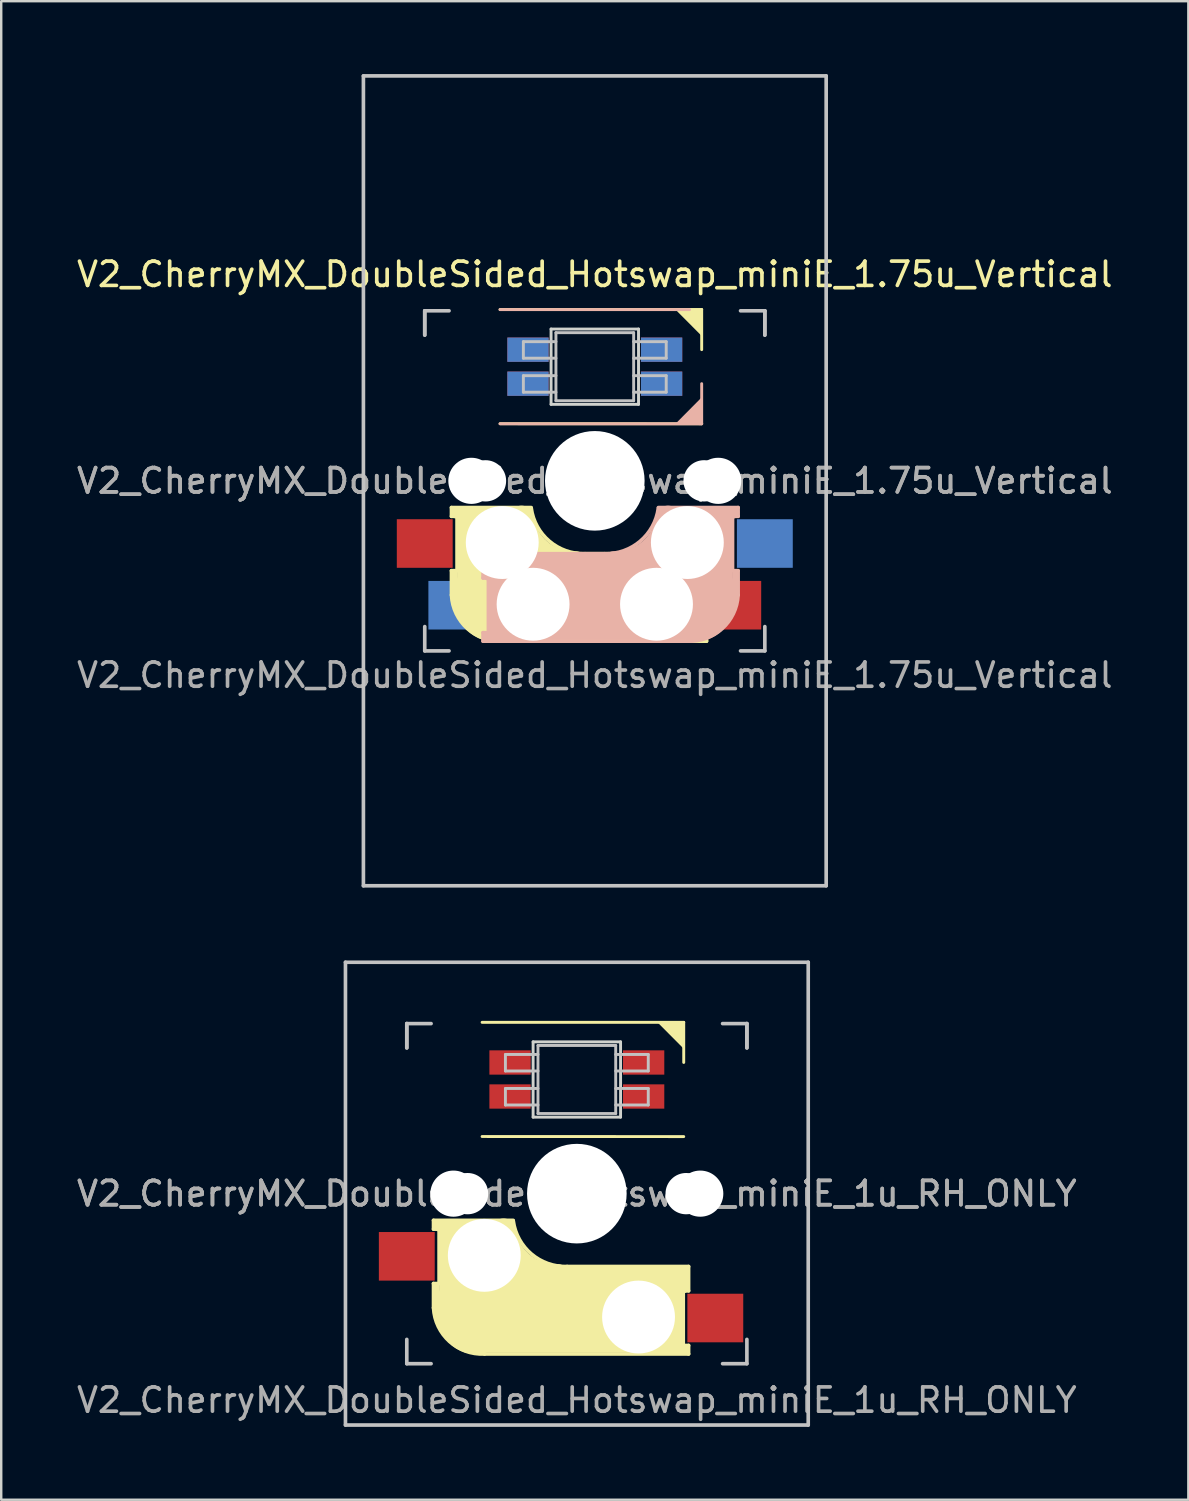
<source format=kicad_pcb>
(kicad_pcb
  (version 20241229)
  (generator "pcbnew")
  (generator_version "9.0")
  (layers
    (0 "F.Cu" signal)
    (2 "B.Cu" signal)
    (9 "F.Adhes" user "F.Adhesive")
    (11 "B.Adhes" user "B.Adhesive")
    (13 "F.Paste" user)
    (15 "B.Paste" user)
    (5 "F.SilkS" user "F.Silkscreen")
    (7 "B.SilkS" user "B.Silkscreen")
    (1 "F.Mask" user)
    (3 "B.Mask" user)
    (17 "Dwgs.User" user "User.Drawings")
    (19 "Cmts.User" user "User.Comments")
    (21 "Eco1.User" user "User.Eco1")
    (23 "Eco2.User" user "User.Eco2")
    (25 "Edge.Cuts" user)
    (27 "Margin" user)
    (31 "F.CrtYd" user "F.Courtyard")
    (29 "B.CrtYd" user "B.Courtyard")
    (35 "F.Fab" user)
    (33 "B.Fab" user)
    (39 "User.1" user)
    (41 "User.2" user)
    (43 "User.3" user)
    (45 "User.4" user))
  (footprint "V2_CherryMX_DoubleSided_Hotswap_miniE_1.75u_Vertical"
    (layer "F.Cu")
    (at 21.435 16.744)
    (property "Reference" "V2_CherryMX_DoubleSided_Hotswap_miniE_1.75u_Vertical" (at 0 -8.5 180) (layer "F.SilkS") (effects (font (size 1 1) (thickness 0.15))))
    (attr through_hole)
    (fp_line (start -5.9 1.1) (end -5.9 1.46) (stroke (width 0.15) (type solid)) (layer "F.SilkS"))
    (fp_line (start -5.9 1.1) (end -2.62 1.1) (stroke (width 0.15) (type solid)) (layer "F.SilkS"))
    (fp_line (start -5.9 3.7) (end -5.7 3.7) (stroke (width 0.15) (type solid)) (layer "F.SilkS"))
    (fp_line (start -5.9 4.7) (end -5.9 3.7) (stroke (width 0.15) (type solid)) (layer "F.SilkS"))
    (fp_line (start -5.8 3.8) (end -5.8 4.7) (stroke (width 0.3) (type solid)) (layer "F.SilkS"))
    (fp_line (start -5.7 1.3) (end -3 1.3) (stroke (width 0.5) (type solid)) (layer "F.SilkS"))
    (fp_line (start -5.7 1.46) (end -5.9 1.46) (stroke (width 0.15) (type solid)) (layer "F.SilkS"))
    (fp_line (start -5.67 3.7) (end -5.67 1.46) (stroke (width 0.15) (type solid)) (layer "F.SilkS"))
    (fp_line (start -5.3 1.6) (end -5.3 3.4) (stroke (width 0.8) (type solid)) (layer "F.SilkS"))
    (fp_line (start -4.17 5.1) (end -4.17 2.86) (stroke (width 3) (type solid)) (layer "F.SilkS"))
    (fp_line (start -3.9 -7.052) (end 4.4 -7.052) (stroke (width 0.12) (type solid)) (layer "F.SilkS"))
    (fp_line (start -0.4 3) (end 4.6 3) (stroke (width 0.15) (type solid)) (layer "F.SilkS"))
    (fp_line (start 2.6 4.8) (end -4.1 4.8) (stroke (width 3.5) (type solid)) (layer "F.SilkS"))
    (fp_line (start 3.9 6) (end 3.9 3.5) (stroke (width 1) (type solid)) (layer "F.SilkS"))
    (fp_line (start 4.3 3.3) (end 2.9 3.3) (stroke (width 0.5) (type solid)) (layer "F.SilkS"))
    (fp_line (start 4.38 4) (end 4.38 6.25) (stroke (width 0.15) (type solid)) (layer "F.SilkS"))
    (fp_line (start 4.4 -7.052) (end 4.4 -5.401) (stroke (width 0.12) (type solid)) (layer "F.SilkS"))
    (fp_line (start 4.4 -2.349) (end -3.9 -2.352) (stroke (width 0.12) (type solid)) (layer "F.SilkS"))
    (fp_line (start 4.4 3.9) (end 4.4 3.2) (stroke (width 0.4) (type solid)) (layer "F.SilkS"))
    (fp_line (start 4.4 6.25) (end 4.6 6.25) (stroke (width 0.15) (type solid)) (layer "F.SilkS"))
    (fp_line (start 4.4 6.4) (end 3 6.4) (stroke (width 0.4) (type solid)) (layer "F.SilkS"))
    (fp_line (start 4.6 3) (end 4.6 4) (stroke (width 0.15) (type solid)) (layer "F.SilkS"))
    (fp_line (start 4.6 4) (end 4.4 4) (stroke (width 0.15) (type solid)) (layer "F.SilkS"))
    (fp_line (start 4.6 6.25) (end 4.6 6.6) (stroke (width 0.15) (type solid)) (layer "F.SilkS"))
    (fp_line (start 4.6 6.6) (end -3.8 6.6) (stroke (width 0.15) (type solid)) (layer "F.SilkS"))
    (fp_arc (start -3.8 6.600001) (mid -5.243504 6.084925) (end -5.900001 4.7) (stroke (width 0.15) (type solid)) (layer "F.SilkS"))
    (fp_arc (start -0.8 3.4) (mid -2.268709 2.886118) (end -3.016318 1.521471) (stroke (width 1) (type solid)) (layer "F.SilkS"))
    (fp_arc (start -0.4 3) (mid -1.868709 2.486118) (end -2.616318 1.121471) (stroke (width 0.15) (type solid)) (layer "F.SilkS"))
    (fp_poly (pts (xy 3.392 -7.049) (xy 4.4 -7.052) (xy 4.4 -6.036)) (stroke (width 0.1) (type solid)) (fill yes) (layer "F.SilkS"))
    (fp_line (start -4.6 3) (end -4.6 4) (stroke (width 0.15) (type solid)) (layer "B.SilkS"))
    (fp_line (start -4.6 4) (end -4.4 4) (stroke (width 0.15) (type solid)) (layer "B.SilkS"))
    (fp_line (start -4.6 6.25) (end -4.6 6.6) (stroke (width 0.15) (type solid)) (layer "B.SilkS"))
    (fp_line (start -4.6 6.6) (end 3.8 6.6) (stroke (width 0.15) (type solid)) (layer "B.SilkS"))
    (fp_line (start -4.4 3.9) (end -4.4 3.2) (stroke (width 0.4) (type solid)) (layer "B.SilkS"))
    (fp_line (start -4.4 6.25) (end -4.6 6.25) (stroke (width 0.15) (type solid)) (layer "B.SilkS"))
    (fp_line (start -4.4 6.4) (end -3 6.4) (stroke (width 0.4) (type solid)) (layer "B.SilkS"))
    (fp_line (start -4.38 4) (end -4.38 6.25) (stroke (width 0.15) (type solid)) (layer "B.SilkS"))
    (fp_line (start -4.3 3.3) (end -2.9 3.3) (stroke (width 0.5) (type solid)) (layer "B.SilkS"))
    (fp_line (start -3.9 -2.349) (end 4.4 -2.349) (stroke (width 0.12) (type solid)) (layer "B.SilkS"))
    (fp_line (start -3.9 6) (end -3.9 3.5) (stroke (width 1) (type solid)) (layer "B.SilkS"))
    (fp_line (start -2.6 4.8) (end 4.1 4.8) (stroke (width 3.5) (type solid)) (layer "B.SilkS"))
    (fp_line (start 0.4 3) (end -4.6 3) (stroke (width 0.15) (type solid)) (layer "B.SilkS"))
    (fp_line (start 3.9 -7.049) (end -3.9 -7.049) (stroke (width 0.12) (type solid)) (layer "B.SilkS"))
    (fp_line (start 4.17 5.1) (end 4.17 2.86) (stroke (width 3) (type solid)) (layer "B.SilkS"))
    (fp_line (start 4.4 -2.349) (end 4.4 -4) (stroke (width 0.12) (type solid)) (layer "B.SilkS"))
    (fp_line (start 5.3 1.6) (end 5.3 3.4) (stroke (width 0.8) (type solid)) (layer "B.SilkS"))
    (fp_line (start 5.67 3.7) (end 5.67 1.46) (stroke (width 0.15) (type solid)) (layer "B.SilkS"))
    (fp_line (start 5.7 1.3) (end 3 1.3) (stroke (width 0.5) (type solid)) (layer "B.SilkS"))
    (fp_line (start 5.7 1.46) (end 5.9 1.46) (stroke (width 0.15) (type solid)) (layer "B.SilkS"))
    (fp_line (start 5.8 3.8) (end 5.8 4.7) (stroke (width 0.3) (type solid)) (layer "B.SilkS"))
    (fp_line (start 5.9 1.1) (end 2.62 1.1) (stroke (width 0.15) (type solid)) (layer "B.SilkS"))
    (fp_line (start 5.9 1.1) (end 5.9 1.46) (stroke (width 0.15) (type solid)) (layer "B.SilkS"))
    (fp_line (start 5.9 3.7) (end 5.7 3.7) (stroke (width 0.15) (type solid)) (layer "B.SilkS"))
    (fp_line (start 5.9 4.7) (end 5.9 3.7) (stroke (width 0.15) (type solid)) (layer "B.SilkS"))
    (fp_arc (start 2.616318 1.121471) (mid 1.868709 2.486118) (end 0.4 3) (stroke (width 0.15) (type solid)) (layer "B.SilkS"))
    (fp_arc (start 3.016318 1.521471) (mid 2.268709 2.886118) (end 0.8 3.4) (stroke (width 1) (type solid)) (layer "B.SilkS"))
    (fp_arc (start 5.9 4.699999) (mid 5.243504 6.084924) (end 3.800001 6.6) (stroke (width 0.15) (type solid)) (layer "B.SilkS"))
    (fp_poly (pts (xy 4.4 -3.365) (xy 4.4 -2.349) (xy 3.392 -2.349)) (stroke (width 0.1) (type solid)) (fill yes) (layer "B.SilkS"))
    (fp_line (start -9.525 -16.669) (end 9.525 -16.669) (stroke (width 0.15) (type solid)) (layer "Dwgs.User"))
    (fp_line (start -9.525 16.669) (end -9.525 -16.669) (stroke (width 0.15) (type solid)) (layer "Dwgs.User"))
    (fp_line (start -7 -7) (end -7 -6) (stroke (width 0.15) (type solid)) (layer "Dwgs.User"))
    (fp_line (start -7 -7) (end -6 -7) (stroke (width 0.15) (type solid)) (layer "Dwgs.User"))
    (fp_line (start -7 -6) (end -7 -7) (stroke (width 0.15) (type solid)) (layer "Dwgs.User"))
    (fp_line (start -7 7) (end -7 6) (stroke (width 0.15) (type solid)) (layer "Dwgs.User"))
    (fp_line (start -7 7) (end -6 7) (stroke (width 0.15) (type solid)) (layer "Dwgs.User"))
    (fp_line (start -2.94 -5.729) (end -2.94 -5.049) (stroke (width 0.12) (type solid)) (layer "Dwgs.User"))
    (fp_line (start -2.94 -5.049) (end -1.6 -5.049) (stroke (width 0.12) (type solid)) (layer "Dwgs.User"))
    (fp_line (start -2.94 -4.329) (end -2.94 -3.649) (stroke (width 0.12) (type solid)) (layer "Dwgs.User"))
    (fp_line (start -2.94 -3.649) (end -1.6 -3.649) (stroke (width 0.12) (type solid)) (layer "Dwgs.User"))
    (fp_line (start -1.6 -5.729) (end -2.94 -5.729) (stroke (width 0.12) (type solid)) (layer "Dwgs.User"))
    (fp_line (start -1.6 -4.329) (end -2.94 -4.329) (stroke (width 0.12) (type solid)) (layer "Dwgs.User"))
    (fp_line (start -1.6 -3.299) (end -1.6 -6.099) (stroke (width 0.12) (type solid)) (layer "Dwgs.User"))
    (fp_line (start 1.6 -6.099) (end -1.6 -6.099) (stroke (width 0.12) (type solid)) (layer "Dwgs.User"))
    (fp_line (start 1.6 -5.049) (end 2.94 -5.049) (stroke (width 0.12) (type solid)) (layer "Dwgs.User"))
    (fp_line (start 1.6 -3.649) (end 2.94 -3.649) (stroke (width 0.12) (type solid)) (layer "Dwgs.User"))
    (fp_line (start 1.6 -3.299) (end -1.6 -3.299) (stroke (width 0.12) (type solid)) (layer "Dwgs.User"))
    (fp_line (start 1.6 -3.299) (end 1.6 -6.099) (stroke (width 0.12) (type solid)) (layer "Dwgs.User"))
    (fp_line (start 2.94 -5.729) (end 1.6 -5.729) (stroke (width 0.12) (type solid)) (layer "Dwgs.User"))
    (fp_line (start 2.94 -5.049) (end 2.94 -5.729) (stroke (width 0.12) (type solid)) (layer "Dwgs.User"))
    (fp_line (start 2.94 -4.329) (end 1.6 -4.329) (stroke (width 0.12) (type solid)) (layer "Dwgs.User"))
    (fp_line (start 2.94 -3.649) (end 2.94 -4.329) (stroke (width 0.12) (type solid)) (layer "Dwgs.User"))
    (fp_line (start 7 -7) (end 6 -7) (stroke (width 0.15) (type solid)) (layer "Dwgs.User"))
    (fp_line (start 7 -6) (end 7 -7) (stroke (width 0.15) (type solid)) (layer "Dwgs.User"))
    (fp_line (start 7 -6) (end 7 -7) (stroke (width 0.15) (type solid)) (layer "Dwgs.User"))
    (fp_line (start 7 6) (end 7 7) (stroke (width 0.15) (type solid)) (layer "Dwgs.User"))
    (fp_line (start 7 7) (end 6 7) (stroke (width 0.15) (type solid)) (layer "Dwgs.User"))
    (fp_line (start 9.525 -16.669) (end 9.525 16.669) (stroke (width 0.15) (type solid)) (layer "Dwgs.User"))
    (fp_line (start 9.525 16.669) (end -9.525 16.669) (stroke (width 0.15) (type solid)) (layer "Dwgs.User"))
    (fp_line (start -1.8 -6.249) (end -1.8 -3.149) (stroke (width 0.12) (type solid)) (layer "Edge.Cuts"))
    (fp_line (start -1.8 -3.149) (end 1.8 -3.149) (stroke (width 0.12) (type solid)) (layer "Edge.Cuts"))
    (fp_line (start 1.8 -6.249) (end -1.8 -6.249) (stroke (width 0.12) (type solid)) (layer "Edge.Cuts"))
    (fp_line (start 1.8 -3.149) (end 1.8 -6.249) (stroke (width 0.12) (type solid)) (layer "Edge.Cuts"))
    (fp_text user "${REFERENCE}" (at 0 0 180) (layer "F.Fab") (effects (font (size 1 1) (thickness 0.15))))
    (fp_text user "${REFERENCE}" (at 0 8 180) (layer "F.Fab") (effects (font (size 1 1) (thickness 0.15))))
    (fp_text user "${REFERENCE}" (at 0 0 180) (layer "F.Fab") (effects (font (size 1 1) (thickness 0.15))))
    (pad "" np_thru_hole circle (at -5.08 0 180) (size 1.9 1.9) (drill 1.9) (layers "*.Cu" "*.Mask"))
    (pad "" np_thru_hole circle (at -4.5 0 180) (size 1.7 1.7) (drill 1.7) (layers "*.Cu" "*.Mask"))
    (pad "" np_thru_hole circle (at -3.81 2.54) (size 3 3) (drill 3) (layers "*.Cu" "*.Mask"))
    (pad "" np_thru_hole circle (at -2.54 5.08) (size 3 3) (drill 3) (layers "*.Cu" "*.Mask"))
    (pad "" np_thru_hole circle (at 0 0 270) (size 4.1 4.1) (drill 4.1) (layers "*.Cu" "*.Mask"))
    (pad "" np_thru_hole circle (at 2.54 5.08) (size 3 3) (drill 3) (layers "*.Cu" "*.Mask"))
    (pad "" np_thru_hole circle (at 3.81 2.54) (size 3 3) (drill 3) (layers "*.Cu" "*.Mask"))
    (pad "" np_thru_hole circle (at 4.5 0 180) (size 1.7 1.7) (drill 1.7) (layers "*.Cu" "*.Mask"))
    (pad "" np_thru_hole circle (at 5.08 0 180) (size 1.9 1.9) (drill 1.9) (layers "*.Cu" "*.Mask"))
    (pad "1" smd rect (at -2.75 -5.399 180) (size 1.7 1) (layers "B.Cu" "B.Mask" "B.Paste"))
    (pad "1" smd rect (at -2.75 -3.999 180) (size 1.7 1) (layers "F.Cu" "F.Mask" "F.Paste"))
    (pad "2" smd rect (at -2.75 -5.399 180) (size 1.7 1) (layers "F.Cu" "F.Mask" "F.Paste"))
    (pad "2" smd rect (at -2.75 -3.999 180) (size 1.7 1) (layers "B.Cu" "B.Mask" "B.Paste"))
    (pad "3" smd rect (at 2.75 -5.399 180) (size 1.7 1) (layers "F.Cu" "F.Mask" "F.Paste"))
    (pad "3" smd rect (at 2.75 -3.999 180) (size 1.7 1) (layers "B.Cu" "B.Mask" "B.Paste"))
    (pad "4" smd rect (at 2.75 -5.399 180) (size 1.7 1) (layers "B.Cu" "B.Mask" "B.Paste"))
    (pad "4" smd rect (at 2.75 -3.999 180) (size 1.7 1) (layers "F.Cu" "F.Mask" "F.Paste"))
    (pad "5" smd rect (at -5.7 5.12) (size 2.3 2) (layers "B.Cu" "B.Mask" "B.Paste"))
    (pad "5" smd rect (at 5.7 5.12) (size 2.3 2) (layers "F.Cu" "F.Mask" "F.Paste"))
    (pad "6" smd rect (at -7 2.58) (size 2.3 2) (layers "F.Cu" "F.Mask" "F.Paste"))
    (pad "6" smd rect (at 7 2.58) (size 2.3 2) (layers "B.Cu" "B.Mask" "B.Paste")))
  (footprint "V2_CherryMX_DoubleSided_Hotswap_miniE_1u_RH_ONLY"
    (layer "F.Cu")
    (at 20.696 46.087)
    (property "Reference" "V2_CherryMX_DoubleSided_Hotswap_miniE_1u_RH_ONLY" (at 0 8.5 0) (layer "F.Fab") (effects (font (size 1 1) (thickness 0.15))))
    (attr through_hole)
    (fp_line (start -5.9 1.1) (end -5.9 1.46) (stroke (width 0.15) (type solid)) (layer "F.SilkS"))
    (fp_line (start -5.9 1.1) (end -2.62 1.1) (stroke (width 0.15) (type solid)) (layer "F.SilkS"))
    (fp_line (start -5.9 3.7) (end -5.7 3.7) (stroke (width 0.15) (type solid)) (layer "F.SilkS"))
    (fp_line (start -5.9 4.7) (end -5.9 3.7) (stroke (width 0.15) (type solid)) (layer "F.SilkS"))
    (fp_line (start -5.8 3.8) (end -5.8 4.7) (stroke (width 0.3) (type solid)) (layer "F.SilkS"))
    (fp_line (start -5.7 1.3) (end -3 1.3) (stroke (width 0.5) (type solid)) (layer "F.SilkS"))
    (fp_line (start -5.7 1.46) (end -5.9 1.46) (stroke (width 0.15) (type solid)) (layer "F.SilkS"))
    (fp_line (start -5.67 3.7) (end -5.67 1.46) (stroke (width 0.15) (type solid)) (layer "F.SilkS"))
    (fp_line (start -5.3 1.6) (end -5.3 3.4) (stroke (width 0.8) (type solid)) (layer "F.SilkS"))
    (fp_line (start -4.17 5.1) (end -4.17 2.86) (stroke (width 3) (type solid)) (layer "F.SilkS"))
    (fp_line (start -3.9 -7.052) (end 4.4 -7.052) (stroke (width 0.12) (type solid)) (layer "F.SilkS"))
    (fp_line (start -0.4 3) (end 4.6 3) (stroke (width 0.15) (type solid)) (layer "F.SilkS"))
    (fp_line (start 2.6 4.8) (end -4.1 4.8) (stroke (width 3.5) (type solid)) (layer "F.SilkS"))
    (fp_line (start 3.9 6) (end 3.9 3.5) (stroke (width 1) (type solid)) (layer "F.SilkS"))
    (fp_line (start 4.3 3.3) (end 2.9 3.3) (stroke (width 0.5) (type solid)) (layer "F.SilkS"))
    (fp_line (start 4.38 4) (end 4.38 6.25) (stroke (width 0.15) (type solid)) (layer "F.SilkS"))
    (fp_line (start 4.4 -7.052) (end 4.4 -5.401) (stroke (width 0.12) (type solid)) (layer "F.SilkS"))
    (fp_line (start 4.4 -2.349) (end -3.9 -2.352) (stroke (width 0.12) (type solid)) (layer "F.SilkS"))
    (fp_line (start 4.4 3.9) (end 4.4 3.2) (stroke (width 0.4) (type solid)) (layer "F.SilkS"))
    (fp_line (start 4.4 6.25) (end 4.6 6.25) (stroke (width 0.15) (type solid)) (layer "F.SilkS"))
    (fp_line (start 4.4 6.4) (end 3 6.4) (stroke (width 0.4) (type solid)) (layer "F.SilkS"))
    (fp_line (start 4.6 3) (end 4.6 4) (stroke (width 0.15) (type solid)) (layer "F.SilkS"))
    (fp_line (start 4.6 4) (end 4.4 4) (stroke (width 0.15) (type solid)) (layer "F.SilkS"))
    (fp_line (start 4.6 6.25) (end 4.6 6.6) (stroke (width 0.15) (type solid)) (layer "F.SilkS"))
    (fp_line (start 4.6 6.6) (end -3.8 6.6) (stroke (width 0.15) (type solid)) (layer "F.SilkS"))
    (fp_arc (start -3.8 6.600001) (mid -5.243504 6.084925) (end -5.900001 4.7) (stroke (width 0.15) (type solid)) (layer "F.SilkS"))
    (fp_arc (start -0.8 3.4) (mid -2.268709 2.886118) (end -3.016318 1.521471) (stroke (width 1) (type solid)) (layer "F.SilkS"))
    (fp_arc (start -0.4 3) (mid -1.868709 2.486118) (end -2.616318 1.121471) (stroke (width 0.15) (type solid)) (layer "F.SilkS"))
    (fp_poly (pts (xy 3.392 -7.049) (xy 4.4 -7.052) (xy 4.4 -6.036)) (stroke (width 0.1) (type solid)) (fill yes) (layer "F.SilkS"))
    (fp_line (start -4.3 3.3) (end -2.9 3.3) (stroke (width 0.5) (type solid)) (layer "B.SilkS"))
    (fp_line (start -9.525 -9.525) (end 9.525 -9.525) (stroke (width 0.15) (type solid)) (layer "Dwgs.User"))
    (fp_line (start -9.525 9.525) (end -9.525 -9.525) (stroke (width 0.15) (type solid)) (layer "Dwgs.User"))
    (fp_line (start -7 -7) (end -7 -6) (stroke (width 0.15) (type solid)) (layer "Dwgs.User"))
    (fp_line (start -7 -7) (end -6 -7) (stroke (width 0.15) (type solid)) (layer "Dwgs.User"))
    (fp_line (start -7 -6) (end -7 -7) (stroke (width 0.15) (type solid)) (layer "Dwgs.User"))
    (fp_line (start -7 7) (end -7 6) (stroke (width 0.15) (type solid)) (layer "Dwgs.User"))
    (fp_line (start -7 7) (end -6 7) (stroke (width 0.15) (type solid)) (layer "Dwgs.User"))
    (fp_line (start -2.94 -5.729) (end -2.94 -5.049) (stroke (width 0.12) (type solid)) (layer "Dwgs.User"))
    (fp_line (start -2.94 -5.049) (end -1.6 -5.049) (stroke (width 0.12) (type solid)) (layer "Dwgs.User"))
    (fp_line (start -2.94 -4.329) (end -2.94 -3.649) (stroke (width 0.12) (type solid)) (layer "Dwgs.User"))
    (fp_line (start -2.94 -3.649) (end -1.6 -3.649) (stroke (width 0.12) (type solid)) (layer "Dwgs.User"))
    (fp_line (start -1.6 -5.729) (end -2.94 -5.729) (stroke (width 0.12) (type solid)) (layer "Dwgs.User"))
    (fp_line (start -1.6 -4.329) (end -2.94 -4.329) (stroke (width 0.12) (type solid)) (layer "Dwgs.User"))
    (fp_line (start -1.6 -3.299) (end -1.6 -6.099) (stroke (width 0.12) (type solid)) (layer "Dwgs.User"))
    (fp_line (start 1.6 -6.099) (end -1.6 -6.099) (stroke (width 0.12) (type solid)) (layer "Dwgs.User"))
    (fp_line (start 1.6 -5.049) (end 2.94 -5.049) (stroke (width 0.12) (type solid)) (layer "Dwgs.User"))
    (fp_line (start 1.6 -3.649) (end 2.94 -3.649) (stroke (width 0.12) (type solid)) (layer "Dwgs.User"))
    (fp_line (start 1.6 -3.299) (end -1.6 -3.299) (stroke (width 0.12) (type solid)) (layer "Dwgs.User"))
    (fp_line (start 1.6 -3.299) (end 1.6 -6.099) (stroke (width 0.12) (type solid)) (layer "Dwgs.User"))
    (fp_line (start 2.94 -5.729) (end 1.6 -5.729) (stroke (width 0.12) (type solid)) (layer "Dwgs.User"))
    (fp_line (start 2.94 -5.049) (end 2.94 -5.729) (stroke (width 0.12) (type solid)) (layer "Dwgs.User"))
    (fp_line (start 2.94 -4.329) (end 1.6 -4.329) (stroke (width 0.12) (type solid)) (layer "Dwgs.User"))
    (fp_line (start 2.94 -3.649) (end 2.94 -4.329) (stroke (width 0.12) (type solid)) (layer "Dwgs.User"))
    (fp_line (start 7 -7) (end 6 -7) (stroke (width 0.15) (type solid)) (layer "Dwgs.User"))
    (fp_line (start 7 -6) (end 7 -7) (stroke (width 0.15) (type solid)) (layer "Dwgs.User"))
    (fp_line (start 7 -6) (end 7 -7) (stroke (width 0.15) (type solid)) (layer "Dwgs.User"))
    (fp_line (start 7 6) (end 7 7) (stroke (width 0.15) (type solid)) (layer "Dwgs.User"))
    (fp_line (start 7 7) (end 6 7) (stroke (width 0.15) (type solid)) (layer "Dwgs.User"))
    (fp_line (start 9.525 -9.525) (end 9.525 9.525) (stroke (width 0.15) (type solid)) (layer "Dwgs.User"))
    (fp_line (start 9.525 9.525) (end -9.525 9.525) (stroke (width 0.15) (type solid)) (layer "Dwgs.User"))
    (fp_line (start -1.8 -6.249) (end -1.8 -3.149) (stroke (width 0.12) (type solid)) (layer "Edge.Cuts"))
    (fp_line (start -1.8 -3.149) (end 1.8 -3.149) (stroke (width 0.12) (type solid)) (layer "Edge.Cuts"))
    (fp_line (start 1.8 -6.249) (end -1.8 -6.249) (stroke (width 0.12) (type solid)) (layer "Edge.Cuts"))
    (fp_line (start 1.8 -3.149) (end 1.8 -6.249) (stroke (width 0.12) (type solid)) (layer "Edge.Cuts"))
    (fp_text user "${REFERENCE}" (at 0 0 180) (layer "F.Fab") (effects (font (size 1 1) (thickness 0.15))))
    (fp_text user "${REFERENCE}" (at 0 0 180) (layer "F.Fab") (effects (font (size 1 1) (thickness 0.15))))
    (pad "" np_thru_hole circle (at -5.08 0 180) (size 1.9 1.9) (drill 1.9) (layers "*.Cu" "*.Mask"))
    (pad "" np_thru_hole circle (at -4.5 0 180) (size 1.7 1.7) (drill 1.7) (layers "*.Cu" "*.Mask"))
    (pad "" np_thru_hole circle (at -3.81 2.54) (size 3 3) (drill 3) (layers "*.Cu" "*.Mask"))
    (pad "" np_thru_hole circle (at 0 0 270) (size 4.1 4.1) (drill 4.1) (layers "*.Cu" "*.Mask"))
    (pad "" np_thru_hole circle (at 2.54 5.08) (size 3 3) (drill 3) (layers "*.Cu" "*.Mask"))
    (pad "" np_thru_hole circle (at 4.5 0 180) (size 1.7 1.7) (drill 1.7) (layers "*.Cu" "*.Mask"))
    (pad "" np_thru_hole circle (at 5.08 0 180) (size 1.9 1.9) (drill 1.9) (layers "*.Cu" "*.Mask"))
    (pad "1" smd rect (at -2.75 -3.999 180) (size 1.7 1) (layers "F.Cu" "F.Mask" "F.Paste"))
    (pad "2" smd rect (at -2.75 -5.399 180) (size 1.7 1) (layers "F.Cu" "F.Mask" "F.Paste"))
    (pad "3" smd rect (at 2.75 -5.399 180) (size 1.7 1) (layers "F.Cu" "F.Mask" "F.Paste"))
    (pad "4" smd rect (at 2.75 -3.999 180) (size 1.7 1) (layers "F.Cu" "F.Mask" "F.Paste"))
    (pad "5" smd rect (at 5.7 5.12) (size 2.3 2) (layers "F.Cu" "F.Mask" "F.Paste"))
    (pad "6" smd rect (at -7 2.58) (size 2.3 2) (layers "F.Cu" "F.Mask" "F.Paste")))
  (gr_rect
    (start -3 -3)
    (end 45.869 58.688)
    (stroke (width 0.1) (type default))
    (fill no)
    (layer "Edge.Cuts")))
</source>
